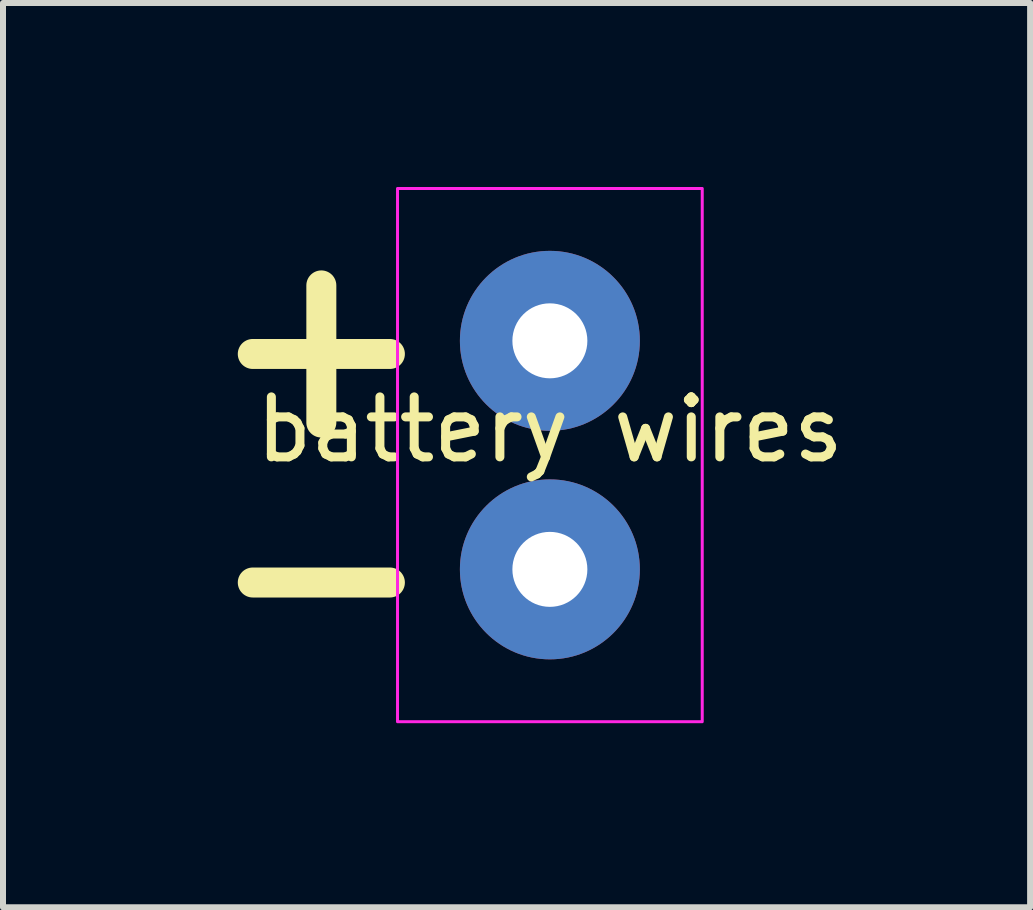
<source format=kicad_pcb>
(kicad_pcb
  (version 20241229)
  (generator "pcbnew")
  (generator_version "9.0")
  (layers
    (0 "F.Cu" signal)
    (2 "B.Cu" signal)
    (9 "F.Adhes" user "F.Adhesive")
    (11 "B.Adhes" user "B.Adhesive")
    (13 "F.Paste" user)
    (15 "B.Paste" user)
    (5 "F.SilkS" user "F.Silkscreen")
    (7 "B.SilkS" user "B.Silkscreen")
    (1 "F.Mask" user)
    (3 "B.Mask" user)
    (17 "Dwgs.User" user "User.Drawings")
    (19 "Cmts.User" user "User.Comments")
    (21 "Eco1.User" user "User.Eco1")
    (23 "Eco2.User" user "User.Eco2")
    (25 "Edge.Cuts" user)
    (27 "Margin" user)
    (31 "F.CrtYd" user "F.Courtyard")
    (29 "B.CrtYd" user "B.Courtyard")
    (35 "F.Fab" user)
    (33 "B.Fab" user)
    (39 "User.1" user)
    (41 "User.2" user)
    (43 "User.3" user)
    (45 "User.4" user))
  (footprint "battery wires"
    (layer "F.Cu")
    (at 6.117 6.442)
    (property "Reference" "battery wires" (at 0 -2.33 0) (layer "F.SilkS") (effects (font (size 1 1) (thickness 0.15))))
    (attr through_hole)
    (fp_rect (start -2.54 -6.35) (end 2.54 2.54) (stroke (width 0.05) (type default)) (fill no) (layer "F.CrtYd"))
    (fp_text user "-" (at -3.81 0 0) (unlocked yes) (layer "F.SilkS") (effects (font (size 3 3) (thickness 0.5) (bold yes))))
    (fp_text user "+" (at -3.81 -3.81 0) (unlocked yes) (layer "F.SilkS") (effects (font (size 3 3) (thickness 0.5) (bold yes))))
    (pad "1" thru_hole circle (at 0 0) (size 3 3) (drill 1.25) (layers "*.Cu" "*.Mask"))
    (pad "2" thru_hole circle (at 0 -3.81) (size 3 3) (drill 1.25) (layers "*.Cu" "*.Mask")))
  (gr_rect
    (start -3 -3)
    (end 14.123 12.075)
    (stroke (width 0.1) (type default))
    (fill no)
    (layer "Edge.Cuts")))
</source>
